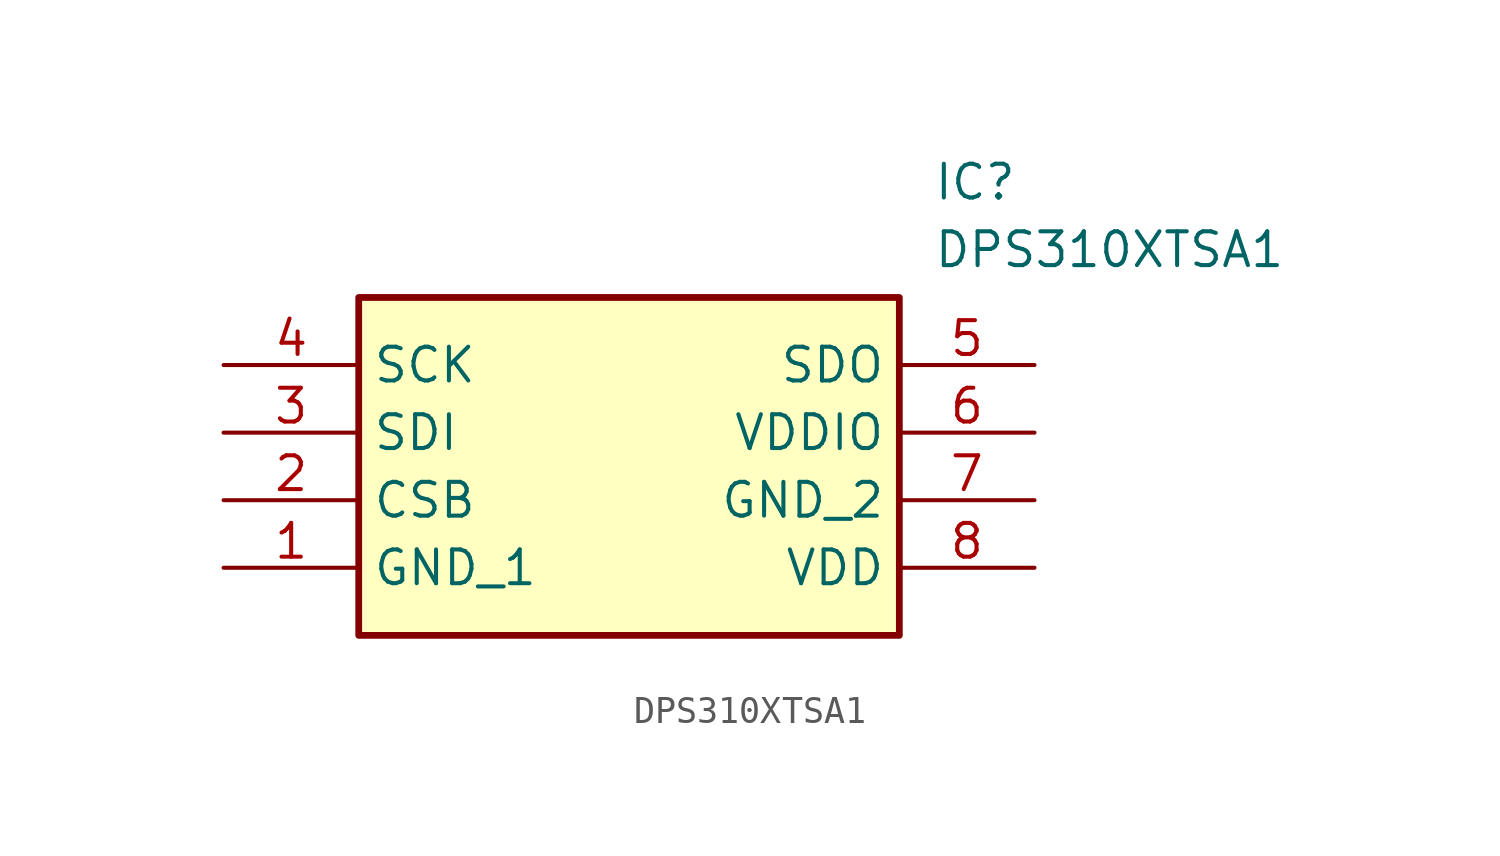
<source format=kicad_sym>
(kicad_symbol_lib
  (version 20211014)
  (generator SamacSys_ECAD_Model)
  (symbol "DPS310XTSA1"
    (property "Reference" "IC"
      (at 26.67 7.62 0)
      (effects (font (size 1.27 1.27)) (justify left top)))
    (property "Value" "DPS310XTSA1"
      (at 26.67 5.08 0)
      (effects (font (size 1.27 1.27)) (justify left top)))
    (rectangle
      (start 5.08 2.54)
      (end 25.4 -10.16)
      (stroke (width 0.254) (type default))
      (fill (type background)))
    (pin passive line
      (at 0 -7.62 0)
      (length 5.08)
      (name "GND_1" (effects (font (size 1.27 1.27))))
      (number "1" (effects (font (size 1.27 1.27)))))
    (pin passive line
      (at 0 -5.08 0)
      (length 5.08)
      (name "CSB" (effects (font (size 1.27 1.27))))
      (number "2" (effects (font (size 1.27 1.27)))))
    (pin passive line
      (at 0 -2.54 0)
      (length 5.08)
      (name "SDI" (effects (font (size 1.27 1.27))))
      (number "3" (effects (font (size 1.27 1.27)))))
    (pin passive line
      (at 0 0 0)
      (length 5.08)
      (name "SCK" (effects (font (size 1.27 1.27))))
      (number "4" (effects (font (size 1.27 1.27)))))
    (pin passive line
      (at 30.48 0 180)
      (length 5.08)
      (name "SDO" (effects (font (size 1.27 1.27))))
      (number "5" (effects (font (size 1.27 1.27)))))
    (pin passive line
      (at 30.48 -2.54 180)
      (length 5.08)
      (name "VDDIO" (effects (font (size 1.27 1.27))))
      (number "6" (effects (font (size 1.27 1.27)))))
    (pin passive line
      (at 30.48 -5.08 180)
      (length 5.08)
      (name "GND_2" (effects (font (size 1.27 1.27))))
      (number "7" (effects (font (size 1.27 1.27)))))
    (pin passive line
      (at 30.48 -7.62 180)
      (length 5.08)
      (name "VDD" (effects (font (size 1.27 1.27))))
      (number "8" (effects (font (size 1.27 1.27)))))))
</source>
